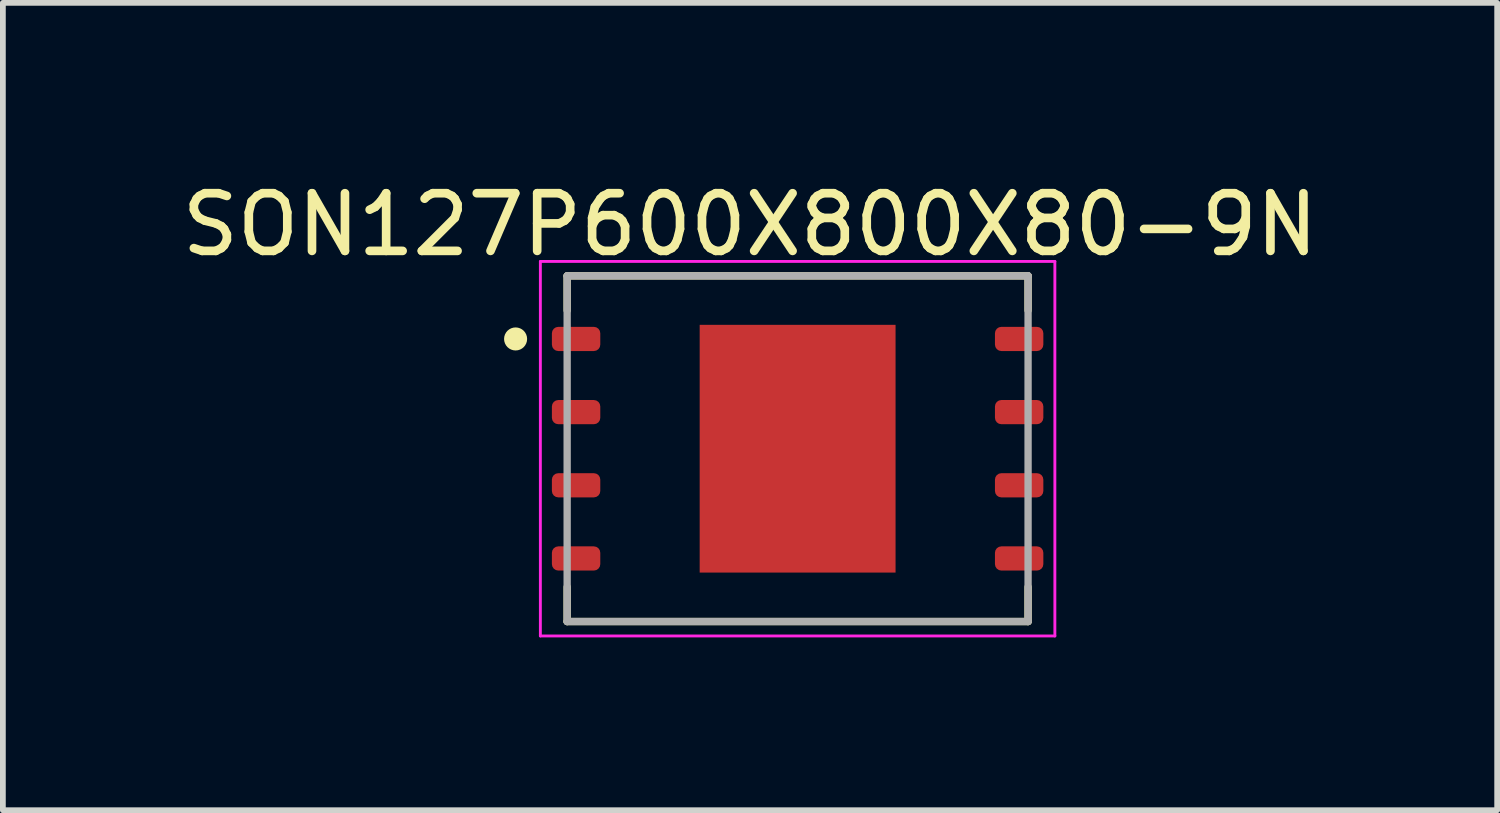
<source format=kicad_pcb>
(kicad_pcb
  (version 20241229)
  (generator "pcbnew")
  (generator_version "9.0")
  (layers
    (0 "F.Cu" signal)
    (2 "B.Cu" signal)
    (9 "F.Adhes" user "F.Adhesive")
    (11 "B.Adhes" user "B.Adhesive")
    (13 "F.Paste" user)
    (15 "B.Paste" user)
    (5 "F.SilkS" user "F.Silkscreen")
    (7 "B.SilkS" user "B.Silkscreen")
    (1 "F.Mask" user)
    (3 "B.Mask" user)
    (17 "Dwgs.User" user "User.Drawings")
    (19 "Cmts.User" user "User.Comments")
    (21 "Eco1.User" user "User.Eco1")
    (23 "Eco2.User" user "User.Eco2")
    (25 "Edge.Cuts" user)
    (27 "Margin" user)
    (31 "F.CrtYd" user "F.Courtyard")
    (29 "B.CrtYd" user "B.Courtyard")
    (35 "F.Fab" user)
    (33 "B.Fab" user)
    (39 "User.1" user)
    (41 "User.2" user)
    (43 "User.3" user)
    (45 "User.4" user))
  (footprint "SON127P600X800X80-9N"
    (layer "F.Cu")
    (at 10.794 4.738)
    (property "Reference" "SON127P600X800X80-9N" (at -0.826 -3.889 0) (layer "F.SilkS") (effects (font (size 1.001 1.001) (thickness 0.15))))
    (attr smd)
    (fp_line (start -4 -3) (end -4 -2.4) (stroke (width 0.127) (type solid)) (layer "F.SilkS"))
    (fp_line (start -4 -3) (end 4 -3) (stroke (width 0.127) (type solid)) (layer "F.SilkS"))
    (fp_line (start -4 3) (end -4 2.4) (stroke (width 0.127) (type solid)) (layer "F.SilkS"))
    (fp_line (start -4 3) (end 4 3) (stroke (width 0.127) (type solid)) (layer "F.SilkS"))
    (fp_line (start 4 -3) (end 4 -2.4) (stroke (width 0.127) (type solid)) (layer "F.SilkS"))
    (fp_line (start 4 3) (end 4 2.4) (stroke (width 0.127) (type solid)) (layer "F.SilkS"))
    (fp_circle (center -4.895 -1.905) (end -4.795 -1.905) (stroke (width 0.2) (type solid)) (fill no) (layer "F.SilkS"))
    (fp_poly (pts (xy -1.336 0.185) (xy -0.185 0.185) (xy -0.185 1.787) (xy -1.336 1.787)) (stroke (width 0.01) (type solid)) (fill yes) (layer "F.Paste"))
    (fp_poly (pts (xy -1.335 -1.785) (xy -0.185 -1.785) (xy -0.185 -0.185) (xy -1.335 -0.185)) (stroke (width 0.01) (type solid)) (fill yes) (layer "F.Paste"))
    (fp_poly (pts (xy 0.185 -1.785) (xy 1.335 -1.785) (xy 1.335 -0.185) (xy 0.185 -0.185)) (stroke (width 0.01) (type solid)) (fill yes) (layer "F.Paste"))
    (fp_poly (pts (xy 0.185 0.185) (xy 1.335 0.185) (xy 1.335 1.787) (xy 0.185 1.787)) (stroke (width 0.01) (type solid)) (fill yes) (layer "F.Paste"))
    (fp_line (start -4.465 -3.25) (end 4.465 -3.25) (stroke (width 0.05) (type solid)) (layer "F.CrtYd"))
    (fp_line (start -4.465 3.25) (end -4.465 -3.25) (stroke (width 0.05) (type solid)) (layer "F.CrtYd"))
    (fp_line (start 4.465 -3.25) (end 4.465 3.25) (stroke (width 0.05) (type solid)) (layer "F.CrtYd"))
    (fp_line (start 4.465 3.25) (end -4.465 3.25) (stroke (width 0.05) (type solid)) (layer "F.CrtYd"))
    (fp_line (start -4 -3) (end 4 -3) (stroke (width 0.127) (type solid)) (layer "F.Fab"))
    (fp_line (start -4 3) (end -4 -3) (stroke (width 0.127) (type solid)) (layer "F.Fab"))
    (fp_line (start 4 -3) (end 4 3) (stroke (width 0.127) (type solid)) (layer "F.Fab"))
    (fp_line (start 4 3) (end -4 3) (stroke (width 0.127) (type solid)) (layer "F.Fab"))
    (pad "1" smd roundrect (at -3.845 -1.905) (size 0.84 0.42) (layers "F.Cu" "F.Mask" "F.Paste") (roundrect_rratio 0.265))
    (pad "2" smd roundrect (at -3.845 -0.635) (size 0.84 0.42) (layers "F.Cu" "F.Mask" "F.Paste") (roundrect_rratio 0.265))
    (pad "3" smd roundrect (at -3.845 0.635) (size 0.84 0.42) (layers "F.Cu" "F.Mask" "F.Paste") (roundrect_rratio 0.265))
    (pad "4" smd roundrect (at -3.845 1.905) (size 0.84 0.42) (layers "F.Cu" "F.Mask" "F.Paste") (roundrect_rratio 0.265))
    (pad "5" smd roundrect (at 3.845 1.905) (size 0.84 0.42) (layers "F.Cu" "F.Mask" "F.Paste") (roundrect_rratio 0.265))
    (pad "6" smd roundrect (at 3.845 0.635) (size 0.84 0.42) (layers "F.Cu" "F.Mask" "F.Paste") (roundrect_rratio 0.265))
    (pad "7" smd roundrect (at 3.845 -0.635) (size 0.84 0.42) (layers "F.Cu" "F.Mask" "F.Paste") (roundrect_rratio 0.265))
    (pad "8" smd roundrect (at 3.845 -1.905) (size 0.84 0.42) (layers "F.Cu" "F.Mask" "F.Paste") (roundrect_rratio 0.265))
    (pad "9" smd rect (at 0 0) (size 3.4 4.3) (layers "F.Cu" "F.Mask")))
  (gr_rect
    (start -3 -3)
    (end 22.936 11.013)
    (stroke (width 0.1) (type default))
    (fill no)
    (layer "Edge.Cuts")))
</source>
